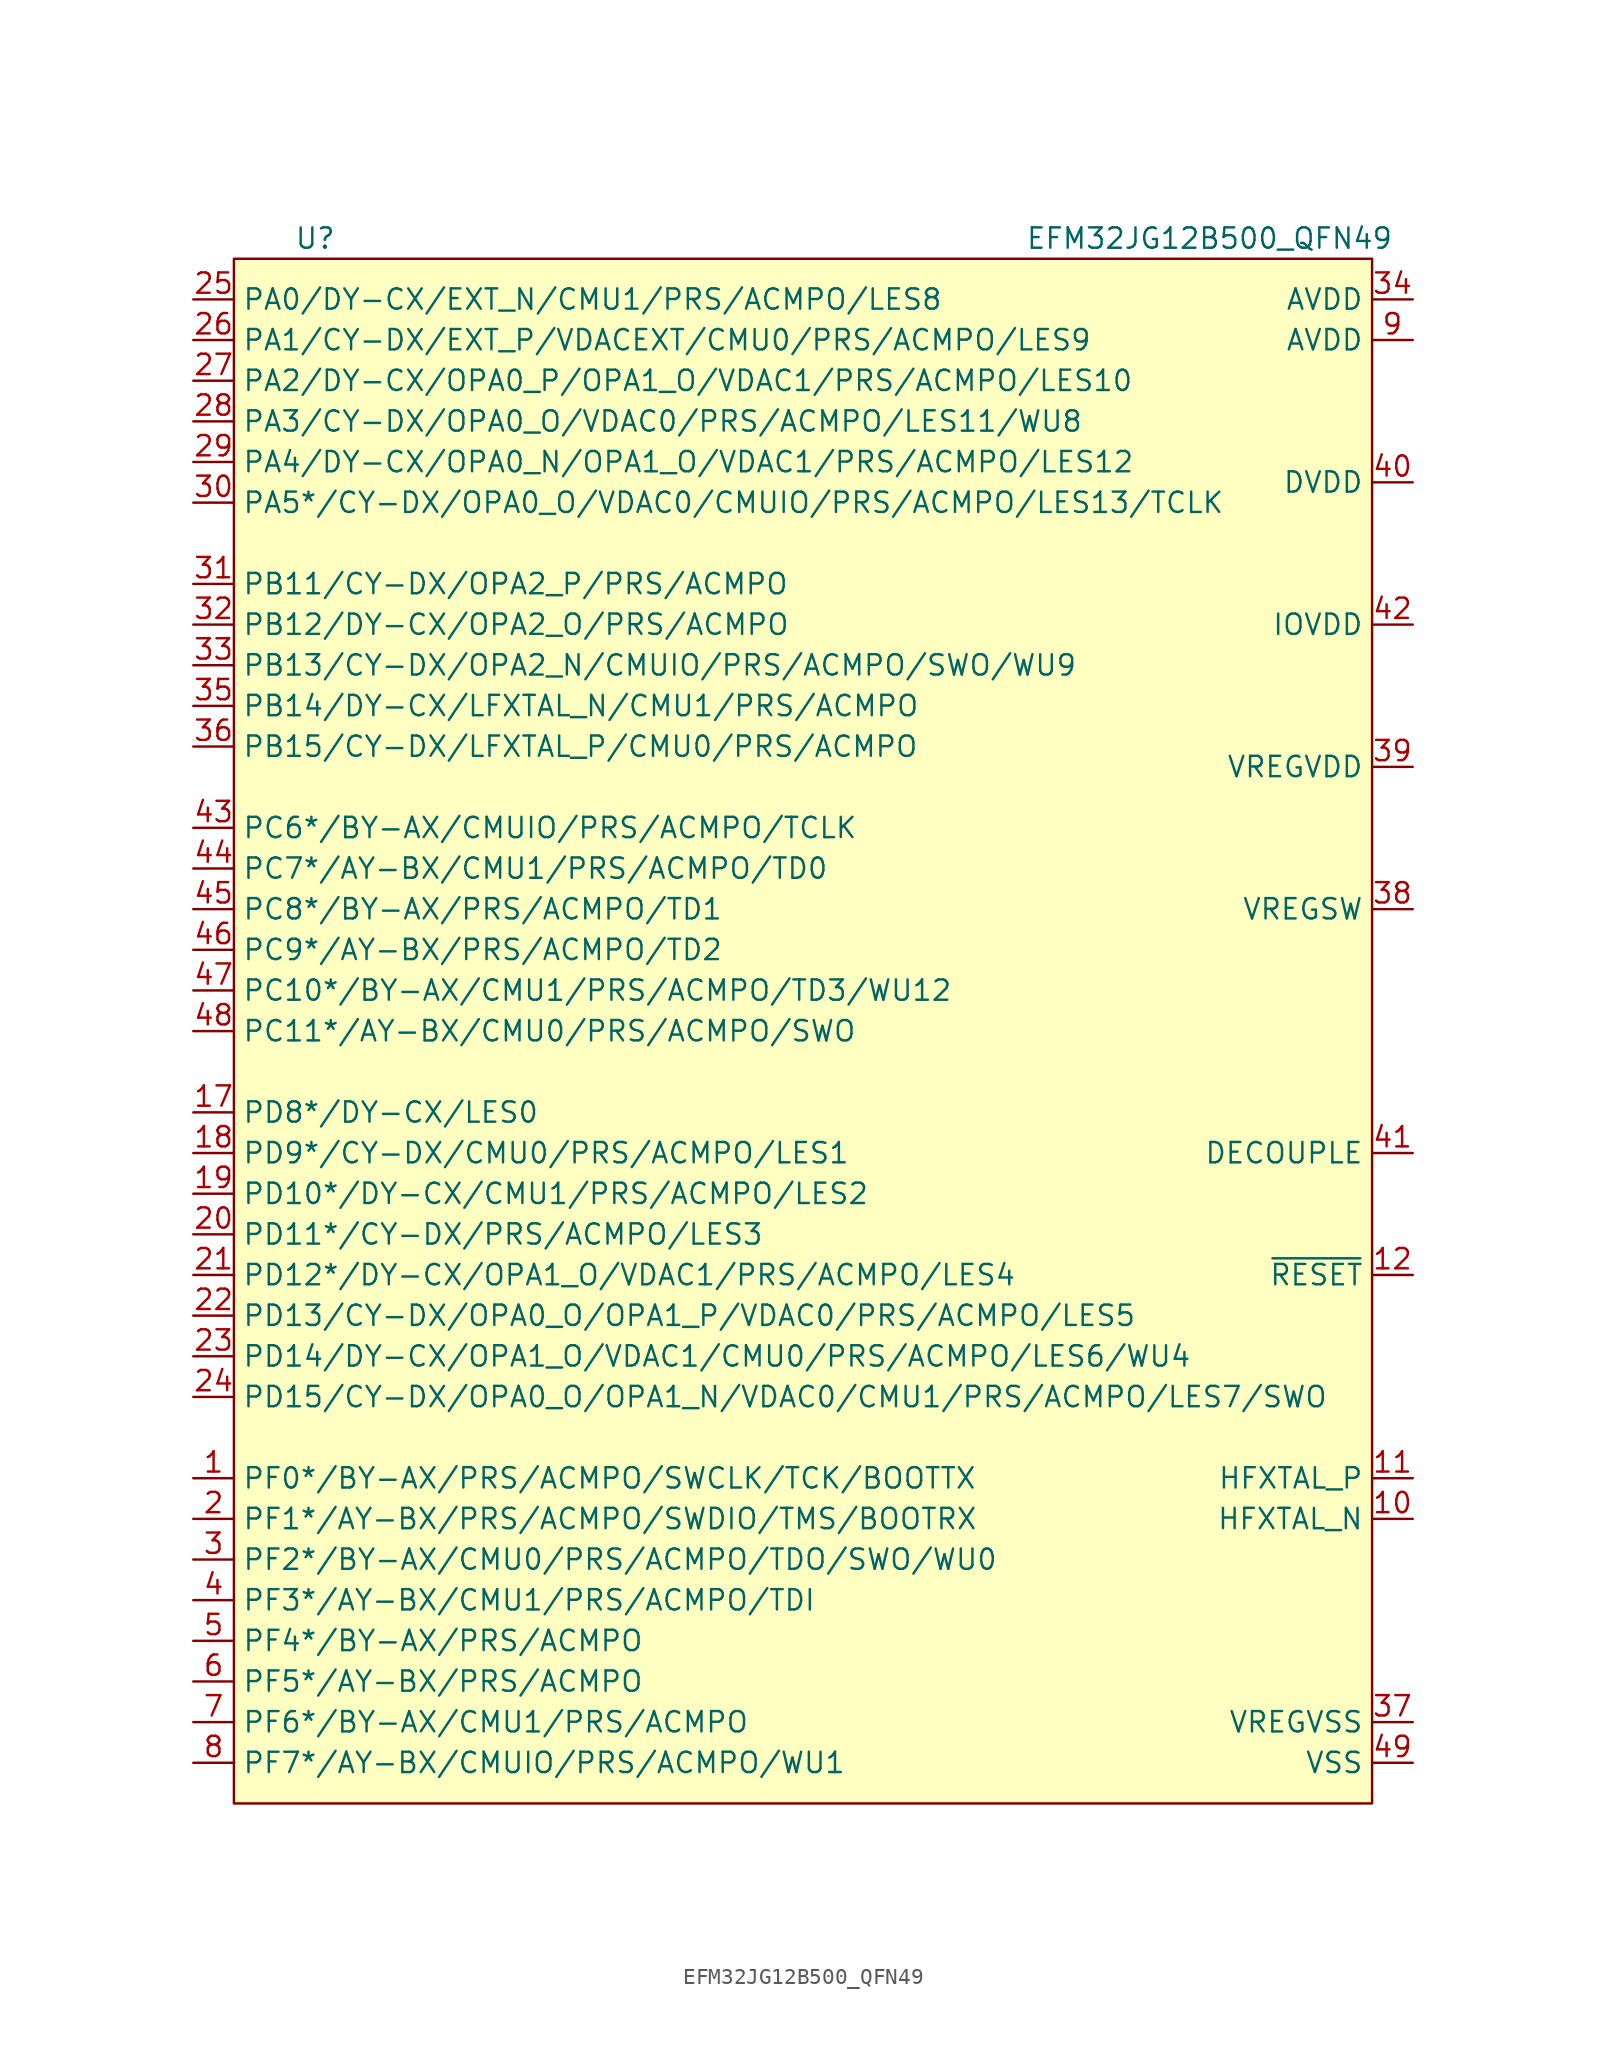
<source format=kicad_sym>
(kicad_symbol_lib
  (version 20231120)
  (generator "kicad_symbol_editor")
  (generator_version "8.0")
  (symbol "EFM32JG12B500_QFN49"
    (property "Reference" "U"
      (at -33.02 44.45 0)
      (effects (font (size 1.27 1.27))))
    (property "Value" "EFM32JG12B500_QFN49"
      (at 22.86 44.45 0)
      (effects (font (size 1.27 1.27))))
    (symbol "EFM32JG12B500_QFN49_0_1"
      (rectangle (start -38.1 43.18) (end 33.02 -53.34) (stroke (width 0) (type default)) (fill (type background))))
    (symbol "EFM32JG12B500_QFN49_1_1"
      (pin bidirectional line (at -40.64 -33.02 0) (length 2.54) (name "PF0*/BY-AX/PRS/ACMPO/SWCLK/TCK/BOOTTX" (effects (font (size 1.27 1.27)))) (number "1" (effects (font (size 1.27 1.27)))))
      (pin bidirectional line (at 35.56 -35.56 180) (length 2.54) (name "HFXTAL_N" (effects (font (size 1.27 1.27)))) (number "10" (effects (font (size 1.27 1.27)))))
      (pin bidirectional line (at 35.56 -33.02 180) (length 2.54) (name "HFXTAL_P" (effects (font (size 1.27 1.27)))) (number "11" (effects (font (size 1.27 1.27)))))
      (pin input line (at 35.56 -20.32 180) (length 2.54) (name "~{RESET}" (effects (font (size 1.27 1.27)))) (number "12" (effects (font (size 1.27 1.27)))))
      (pin bidirectional line (at -40.64 -10.16 0) (length 2.54) (name "PD8*/DY-CX/LES0" (effects (font (size 1.27 1.27)))) (number "17" (effects (font (size 1.27 1.27)))))
      (pin bidirectional line (at -40.64 -12.7 0) (length 2.54) (name "PD9*/CY-DX/CMU0/PRS/ACMPO/LES1" (effects (font (size 1.27 1.27)))) (number "18" (effects (font (size 1.27 1.27)))))
      (pin bidirectional line (at -40.64 -15.24 0) (length 2.54) (name "PD10*/DY-CX/CMU1/PRS/ACMPO/LES2" (effects (font (size 1.27 1.27)))) (number "19" (effects (font (size 1.27 1.27)))))
      (pin bidirectional line (at -40.64 -35.56 0) (length 2.54) (name "PF1*/AY-BX/PRS/ACMPO/SWDIO/TMS/BOOTRX" (effects (font (size 1.27 1.27)))) (number "2" (effects (font (size 1.27 1.27)))))
      (pin bidirectional line (at -40.64 -17.78 0) (length 2.54) (name "PD11*/CY-DX/PRS/ACMPO/LES3" (effects (font (size 1.27 1.27)))) (number "20" (effects (font (size 1.27 1.27)))))
      (pin bidirectional line (at -40.64 -20.32 0) (length 2.54) (name "PD12*/DY-CX/OPA1_O/VDAC1/PRS/ACMPO/LES4" (effects (font (size 1.27 1.27)))) (number "21" (effects (font (size 1.27 1.27)))))
      (pin bidirectional line (at -40.64 -22.86 0) (length 2.54) (name "PD13/CY-DX/OPA0_O/OPA1_P/VDAC0/PRS/ACMPO/LES5" (effects (font (size 1.27 1.27)))) (number "22" (effects (font (size 1.27 1.27)))))
      (pin bidirectional line (at -40.64 -25.4 0) (length 2.54) (name "PD14/DY-CX/OPA1_O/VDAC1/CMU0/PRS/ACMPO/LES6/WU4" (effects (font (size 1.27 1.27)))) (number "23" (effects (font (size 1.27 1.27)))))
      (pin bidirectional line (at -40.64 -27.94 0) (length 2.54) (name "PD15/CY-DX/OPA0_O/OPA1_N/VDAC0/CMU1/PRS/ACMPO/LES7/SWO" (effects (font (size 1.27 1.27)))) (number "24" (effects (font (size 1.27 1.27)))))
      (pin bidirectional line (at -40.64 40.64 0) (length 2.54) (name "PA0/DY-CX/EXT_N/CMU1/PRS/ACMPO/LES8" (effects (font (size 1.27 1.27)))) (number "25" (effects (font (size 1.27 1.27)))))
      (pin bidirectional line (at -40.64 38.1 0) (length 2.54) (name "PA1/CY-DX/EXT_P/VDACEXT/CMU0/PRS/ACMPO/LES9" (effects (font (size 1.27 1.27)))) (number "26" (effects (font (size 1.27 1.27)))))
      (pin bidirectional line (at -40.64 35.56 0) (length 2.54) (name "PA2/DY-CX/OPA0_P/OPA1_O/VDAC1/PRS/ACMPO/LES10" (effects (font (size 1.27 1.27)))) (number "27" (effects (font (size 1.27 1.27)))))
      (pin bidirectional line (at -40.64 33.02 0) (length 2.54) (name "PA3/CY-DX/OPA0_O/VDAC0/PRS/ACMPO/LES11/WU8" (effects (font (size 1.27 1.27)))) (number "28" (effects (font (size 1.27 1.27)))))
      (pin bidirectional line (at -40.64 30.48 0) (length 2.54) (name "PA4/DY-CX/OPA0_N/OPA1_O/VDAC1/PRS/ACMPO/LES12" (effects (font (size 1.27 1.27)))) (number "29" (effects (font (size 1.27 1.27)))))
      (pin bidirectional line (at -40.64 -38.1 0) (length 2.54) (name "PF2*/BY-AX/CMU0/PRS/ACMPO/TDO/SWO/WU0" (effects (font (size 1.27 1.27)))) (number "3" (effects (font (size 1.27 1.27)))))
      (pin bidirectional line (at -40.64 27.94 0) (length 2.54) (name "PA5*/CY-DX/OPA0_O/VDAC0/CMUIO/PRS/ACMPO/LES13/TCLK" (effects (font (size 1.27 1.27)))) (number "30" (effects (font (size 1.27 1.27)))))
      (pin bidirectional line (at -40.64 22.86 0) (length 2.54) (name "PB11/CY-DX/OPA2_P/PRS/ACMPO" (effects (font (size 1.27 1.27)))) (number "31" (effects (font (size 1.27 1.27)))))
      (pin bidirectional line (at -40.64 20.32 0) (length 2.54) (name "PB12/DY-CX/OPA2_O/PRS/ACMPO" (effects (font (size 1.27 1.27)))) (number "32" (effects (font (size 1.27 1.27)))))
      (pin bidirectional line (at -40.64 17.78 0) (length 2.54) (name "PB13/CY-DX/OPA2_N/CMUIO/PRS/ACMPO/SWO/WU9" (effects (font (size 1.27 1.27)))) (number "33" (effects (font (size 1.27 1.27)))))
      (pin power_in line (at 35.56 40.64 180) (length 2.54) (name "AVDD" (effects (font (size 1.27 1.27)))) (number "34" (effects (font (size 1.27 1.27)))))
      (pin bidirectional line (at -40.64 15.24 0) (length 2.54) (name "PB14/DY-CX/LFXTAL_N/CMU1/PRS/ACMPO" (effects (font (size 1.27 1.27)))) (number "35" (effects (font (size 1.27 1.27)))))
      (pin bidirectional line (at -40.64 12.7 0) (length 2.54) (name "PB15/CY-DX/LFXTAL_P/CMU0/PRS/ACMPO" (effects (font (size 1.27 1.27)))) (number "36" (effects (font (size 1.27 1.27)))))
      (pin power_in line (at 35.56 -48.26 180) (length 2.54) (name "VREGVSS" (effects (font (size 1.27 1.27)))) (number "37" (effects (font (size 1.27 1.27)))))
      (pin power_out line (at 35.56 2.54 180) (length 2.54) (name "VREGSW" (effects (font (size 1.27 1.27)))) (number "38" (effects (font (size 1.27 1.27)))))
      (pin power_in line (at 35.56 11.43 180) (length 2.54) (name "VREGVDD" (effects (font (size 1.27 1.27)))) (number "39" (effects (font (size 1.27 1.27)))))
      (pin bidirectional line (at -40.64 -40.64 0) (length 2.54) (name "PF3*/AY-BX/CMU1/PRS/ACMPO/TDI" (effects (font (size 1.27 1.27)))) (number "4" (effects (font (size 1.27 1.27)))))
      (pin power_in line (at 35.56 29.21 180) (length 2.54) (name "DVDD" (effects (font (size 1.27 1.27)))) (number "40" (effects (font (size 1.27 1.27)))))
      (pin power_out line (at 35.56 -12.7 180) (length 2.54) (name "DECOUPLE" (effects (font (size 1.27 1.27)))) (number "41" (effects (font (size 1.27 1.27)))))
      (pin power_in line (at 35.56 20.32 180) (length 2.54) (name "IOVDD" (effects (font (size 1.27 1.27)))) (number "42" (effects (font (size 1.27 1.27)))))
      (pin bidirectional line (at -40.64 7.62 0) (length 2.54) (name "PC6*/BY-AX/CMUIO/PRS/ACMPO/TCLK" (effects (font (size 1.27 1.27)))) (number "43" (effects (font (size 1.27 1.27)))))
      (pin bidirectional line (at -40.64 5.08 0) (length 2.54) (name "PC7*/AY-BX/CMU1/PRS/ACMPO/TD0" (effects (font (size 1.27 1.27)))) (number "44" (effects (font (size 1.27 1.27)))))
      (pin bidirectional line (at -40.64 2.54 0) (length 2.54) (name "PC8*/BY-AX/PRS/ACMPO/TD1" (effects (font (size 1.27 1.27)))) (number "45" (effects (font (size 1.27 1.27)))))
      (pin bidirectional line (at -40.64 0 0) (length 2.54) (name "PC9*/AY-BX/PRS/ACMPO/TD2" (effects (font (size 1.27 1.27)))) (number "46" (effects (font (size 1.27 1.27)))))
      (pin bidirectional line (at -40.64 -2.54 0) (length 2.54) (name "PC10*/BY-AX/CMU1/PRS/ACMPO/TD3/WU12" (effects (font (size 1.27 1.27)))) (number "47" (effects (font (size 1.27 1.27)))))
      (pin bidirectional line (at -40.64 -5.08 0) (length 2.54) (name "PC11*/AY-BX/CMU0/PRS/ACMPO/SWO" (effects (font (size 1.27 1.27)))) (number "48" (effects (font (size 1.27 1.27)))))
      (pin power_in line (at 35.56 -50.8 180) (length 2.54) (name "VSS" (effects (font (size 1.27 1.27)))) (number "49" (effects (font (size 1.27 1.27)))))
      (pin bidirectional line (at -40.64 -43.18 0) (length 2.54) (name "PF4*/BY-AX/PRS/ACMPO" (effects (font (size 1.27 1.27)))) (number "5" (effects (font (size 1.27 1.27)))))
      (pin bidirectional line (at -40.64 -45.72 0) (length 2.54) (name "PF5*/AY-BX/PRS/ACMPO" (effects (font (size 1.27 1.27)))) (number "6" (effects (font (size 1.27 1.27)))))
      (pin bidirectional line (at -40.64 -48.26 0) (length 2.54) (name "PF6*/BY-AX/CMU1/PRS/ACMPO" (effects (font (size 1.27 1.27)))) (number "7" (effects (font (size 1.27 1.27)))))
      (pin bidirectional line (at -40.64 -50.8 0) (length 2.54) (name "PF7*/AY-BX/CMUIO/PRS/ACMPO/WU1" (effects (font (size 1.27 1.27)))) (number "8" (effects (font (size 1.27 1.27)))))
      (pin power_in line (at 35.56 38.1 180) (length 2.54) (name "AVDD" (effects (font (size 1.27 1.27)))) (number "9" (effects (font (size 1.27 1.27))))))))
</source>
